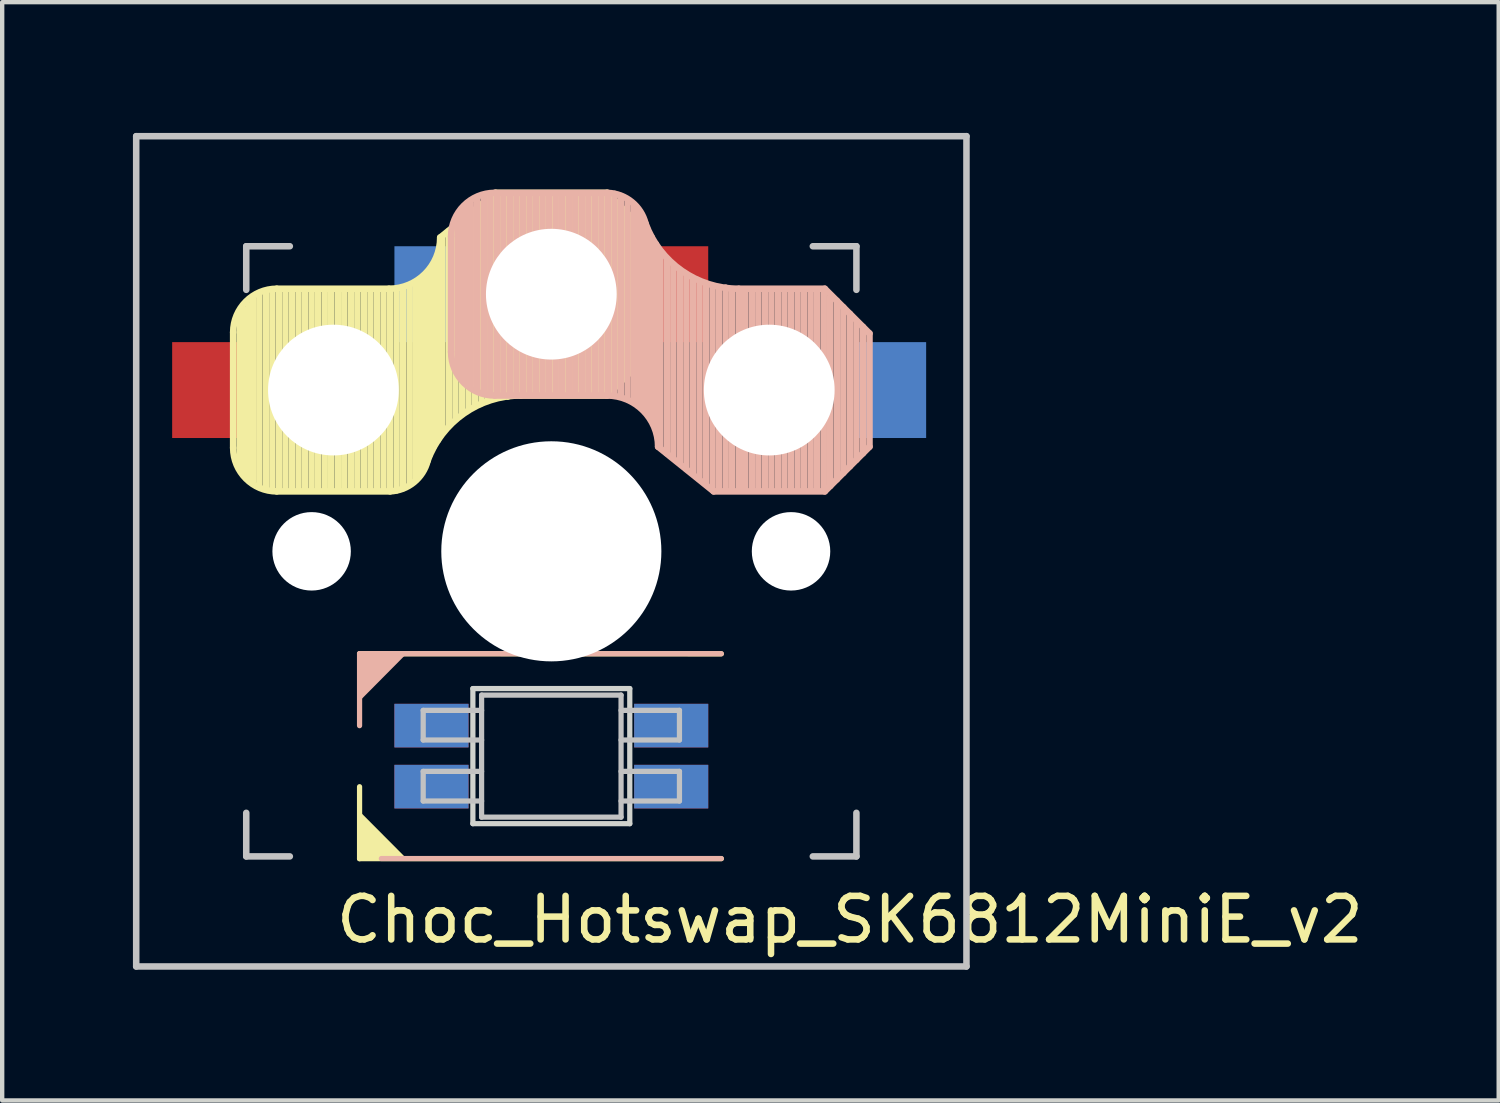
<source format=kicad_pcb>
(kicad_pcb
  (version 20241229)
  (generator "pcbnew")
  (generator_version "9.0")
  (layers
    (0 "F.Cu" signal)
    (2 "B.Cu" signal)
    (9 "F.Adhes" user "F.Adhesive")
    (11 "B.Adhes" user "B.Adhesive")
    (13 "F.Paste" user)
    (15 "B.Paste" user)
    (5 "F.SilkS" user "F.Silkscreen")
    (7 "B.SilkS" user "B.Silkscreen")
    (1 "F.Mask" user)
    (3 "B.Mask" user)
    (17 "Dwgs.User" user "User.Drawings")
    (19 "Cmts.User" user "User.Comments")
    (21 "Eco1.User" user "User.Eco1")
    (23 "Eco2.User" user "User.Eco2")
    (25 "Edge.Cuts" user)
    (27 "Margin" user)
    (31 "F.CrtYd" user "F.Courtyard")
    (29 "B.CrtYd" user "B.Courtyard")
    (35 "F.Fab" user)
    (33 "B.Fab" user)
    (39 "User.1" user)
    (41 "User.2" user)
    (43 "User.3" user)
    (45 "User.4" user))
  (footprint "Choc_Hotswap_SK6812MiniE_v2"
    (layer "F.Cu")
    (at 9.6 9.6)
    (property "Reference" "Choc_Hotswap_SK6812MiniE_v2" (at 6.85 8.45 180) (layer "F.SilkS") (effects (font (size 1 1) (thickness 0.15))))
    (attr through_hole)
    (fp_line (start -7.3 -5.025) (end -7.3 -2.375) (stroke (width 0.15) (type solid)) (layer "F.SilkS"))
    (fp_line (start -7.15 -1.95) (end -7.15 -5.5) (stroke (width 0.15) (type solid)) (layer "F.SilkS"))
    (fp_line (start -7.05 -1.8) (end -7.05 -5.55) (stroke (width 0.15) (type solid)) (layer "F.SilkS"))
    (fp_line (start -6.95 -1.7) (end -6.95 -5.65) (stroke (width 0.15) (type solid)) (layer "F.SilkS"))
    (fp_line (start -6.85 -1.6) (end -6.85 -5.8) (stroke (width 0.15) (type solid)) (layer "F.SilkS"))
    (fp_line (start -6.7 -1.5) (end -6.7 -5.9) (stroke (width 0.15) (type solid)) (layer "F.SilkS"))
    (fp_line (start -6.55 -1.45) (end -6.55 -5.95) (stroke (width 0.15) (type solid)) (layer "F.SilkS"))
    (fp_line (start -6.4 -1.4) (end -6.4 -5.95) (stroke (width 0.15) (type solid)) (layer "F.SilkS"))
    (fp_line (start -6.3 -6.025) (end -3.725 -6.025) (stroke (width 0.15) (type solid)) (layer "F.SilkS"))
    (fp_line (start -6.3 -1.375) (end -3.7 -1.375) (stroke (width 0.15) (type solid)) (layer "F.SilkS"))
    (fp_line (start -6.25 -1.4) (end -6.25 -6) (stroke (width 0.15) (type solid)) (layer "F.SilkS"))
    (fp_line (start -6.1 -1.4) (end -6.1 -6) (stroke (width 0.15) (type solid)) (layer "F.SilkS"))
    (fp_line (start -5.95 -1.4) (end -5.95 -6) (stroke (width 0.15) (type solid)) (layer "F.SilkS"))
    (fp_line (start -5.8 -1.4) (end -5.8 -6) (stroke (width 0.15) (type solid)) (layer "F.SilkS"))
    (fp_line (start -5.65 -1.4) (end -5.65 -6) (stroke (width 0.15) (type solid)) (layer "F.SilkS"))
    (fp_line (start -5.5 -1.4) (end -5.5 -6) (stroke (width 0.15) (type solid)) (layer "F.SilkS"))
    (fp_line (start -5.35 -1.4) (end -5.35 -6) (stroke (width 0.15) (type solid)) (layer "F.SilkS"))
    (fp_line (start -5.2 -1.4) (end -5.2 -6) (stroke (width 0.15) (type solid)) (layer "F.SilkS"))
    (fp_line (start -5.05 -1.4) (end -5.05 -6) (stroke (width 0.15) (type solid)) (layer "F.SilkS"))
    (fp_line (start -4.9 -1.4) (end -4.9 -6) (stroke (width 0.15) (type solid)) (layer "F.SilkS"))
    (fp_line (start -4.75 -1.4) (end -4.75 -6) (stroke (width 0.15) (type solid)) (layer "F.SilkS"))
    (fp_line (start -4.6 -1.4) (end -4.6 -6) (stroke (width 0.15) (type solid)) (layer "F.SilkS"))
    (fp_line (start -4.45 -1.4) (end -4.45 -6) (stroke (width 0.15) (type solid)) (layer "F.SilkS"))
    (fp_line (start -4.4 2.349) (end 3.9 2.352) (stroke (width 0.12) (type solid)) (layer "F.SilkS"))
    (fp_line (start -4.4 7.052) (end -4.4 5.401) (stroke (width 0.12) (type solid)) (layer "F.SilkS"))
    (fp_line (start -4.3 -1.4) (end -4.3 -6) (stroke (width 0.15) (type solid)) (layer "F.SilkS"))
    (fp_line (start -4.15 -1.4) (end -4.15 -6) (stroke (width 0.15) (type solid)) (layer "F.SilkS"))
    (fp_line (start -4 -1.4) (end -4 -6) (stroke (width 0.15) (type solid)) (layer "F.SilkS"))
    (fp_line (start -3.85 -1.4) (end -3.85 -5.95) (stroke (width 0.15) (type solid)) (layer "F.SilkS"))
    (fp_line (start -3.7 -1.4) (end -3.7 -6) (stroke (width 0.15) (type solid)) (layer "F.SilkS"))
    (fp_line (start -3.55 -1.4) (end -3.55 -6) (stroke (width 0.15) (type solid)) (layer "F.SilkS"))
    (fp_line (start -3.4 -1.45) (end -3.4 -6) (stroke (width 0.15) (type solid)) (layer "F.SilkS"))
    (fp_line (start -3.25 -1.55) (end -3.25 -6.1) (stroke (width 0.15) (type solid)) (layer "F.SilkS"))
    (fp_line (start -3.1 -1.65) (end -3.1 -6.15) (stroke (width 0.15) (type solid)) (layer "F.SilkS"))
    (fp_line (start -3 -1.8) (end -3 -6.2) (stroke (width 0.15) (type solid)) (layer "F.SilkS"))
    (fp_line (start -2.9 -2.05) (end -2.9 -6.25) (stroke (width 0.15) (type solid)) (layer "F.SilkS"))
    (fp_line (start -2.8 -2.2) (end -2.8 -6.35) (stroke (width 0.15) (type solid)) (layer "F.SilkS"))
    (fp_line (start -2.7 -2.4) (end -2.7 -6.55) (stroke (width 0.15) (type solid)) (layer "F.SilkS"))
    (fp_line (start -2.6 -2.55) (end -2.6 -6.7) (stroke (width 0.15) (type solid)) (layer "F.SilkS"))
    (fp_line (start -2.5 -2.75) (end -2.5 -7.2) (stroke (width 0.15) (type solid)) (layer "F.SilkS"))
    (fp_line (start -2.35 -2.9) (end -2.35 -7.35) (stroke (width 0.15) (type solid)) (layer "F.SilkS"))
    (fp_line (start -2.2 -3.05) (end -2.2 -7.45) (stroke (width 0.15) (type solid)) (layer "F.SilkS"))
    (fp_line (start -2.05 -3.15) (end -2.05 -7.55) (stroke (width 0.15) (type solid)) (layer "F.SilkS"))
    (fp_line (start -1.9 -3.25) (end -1.9 -7.7) (stroke (width 0.15) (type solid)) (layer "F.SilkS"))
    (fp_line (start -1.75 -3.35) (end -1.75 -7.8) (stroke (width 0.15) (type solid)) (layer "F.SilkS"))
    (fp_line (start -1.6 -3.4) (end -1.6 -7.95) (stroke (width 0.15) (type solid)) (layer "F.SilkS"))
    (fp_line (start -1.45 -3.5) (end -1.45 -8.05) (stroke (width 0.15) (type solid)) (layer "F.SilkS"))
    (fp_line (start -1.3 -3.55) (end -1.3 -8.15) (stroke (width 0.15) (type solid)) (layer "F.SilkS"))
    (fp_line (start -1.275 -8.225) (end -2.55 -7.2) (stroke (width 0.15) (type solid)) (layer "F.SilkS"))
    (fp_line (start -1.275 -8.225) (end 1.275 -8.225) (stroke (width 0.15) (type solid)) (layer "F.SilkS"))
    (fp_line (start -1.15 -3.55) (end -1.15 -8.2) (stroke (width 0.15) (type solid)) (layer "F.SilkS"))
    (fp_line (start -1 -3.55) (end -1 -8.2) (stroke (width 0.15) (type solid)) (layer "F.SilkS"))
    (fp_line (start -0.85 -3.6) (end -0.85 -8.15) (stroke (width 0.15) (type solid)) (layer "F.SilkS"))
    (fp_line (start -0.7 -3.6) (end -0.7 -8.2) (stroke (width 0.15) (type solid)) (layer "F.SilkS"))
    (fp_line (start -0.7 -3.575) (end 1.275 -3.575) (stroke (width 0.15) (type solid)) (layer "F.SilkS"))
    (fp_line (start -0.55 -3.6) (end -0.55 -8.2) (stroke (width 0.15) (type solid)) (layer "F.SilkS"))
    (fp_line (start -0.4 -3.6) (end -0.4 -8.2) (stroke (width 0.15) (type solid)) (layer "F.SilkS"))
    (fp_line (start -0.25 -3.6) (end -0.25 -8.2) (stroke (width 0.15) (type solid)) (layer "F.SilkS"))
    (fp_line (start -0.1 -3.6) (end -0.1 -8.2) (stroke (width 0.15) (type solid)) (layer "F.SilkS"))
    (fp_line (start 0.05 -3.6) (end 0.05 -8.2) (stroke (width 0.15) (type solid)) (layer "F.SilkS"))
    (fp_line (start 0.2 -3.6) (end 0.2 -8.2) (stroke (width 0.15) (type solid)) (layer "F.SilkS"))
    (fp_line (start 0.35 -3.6) (end 0.35 -8.2) (stroke (width 0.15) (type solid)) (layer "F.SilkS"))
    (fp_line (start 0.5 -3.6) (end 0.5 -8.2) (stroke (width 0.15) (type solid)) (layer "F.SilkS"))
    (fp_line (start 0.65 -3.6) (end 0.65 -8.2) (stroke (width 0.15) (type solid)) (layer "F.SilkS"))
    (fp_line (start 0.8 -3.6) (end 0.8 -8.2) (stroke (width 0.15) (type solid)) (layer "F.SilkS"))
    (fp_line (start 0.95 -3.6) (end 0.95 -8.2) (stroke (width 0.15) (type solid)) (layer "F.SilkS"))
    (fp_line (start 1.1 -3.6) (end 1.1 -8.2) (stroke (width 0.15) (type solid)) (layer "F.SilkS"))
    (fp_line (start 1.25 -3.6) (end 1.25 -8.2) (stroke (width 0.15) (type solid)) (layer "F.SilkS"))
    (fp_line (start 1.4 -3.75) (end 1.4 -8.1) (stroke (width 0.15) (type solid)) (layer "F.SilkS"))
    (fp_line (start 1.55 -3.85) (end 1.55 -7.95) (stroke (width 0.15) (type solid)) (layer "F.SilkS"))
    (fp_line (start 1.7 -4) (end 1.7 -7.8) (stroke (width 0.15) (type solid)) (layer "F.SilkS"))
    (fp_line (start 1.85 -4.15) (end 1.85 -7.65) (stroke (width 0.15) (type solid)) (layer "F.SilkS"))
    (fp_line (start 2 -4.35) (end 2 -7.5) (stroke (width 0.15) (type solid)) (layer "F.SilkS"))
    (fp_line (start 2.15 -4.45) (end 2.15 -7.35) (stroke (width 0.15) (type solid)) (layer "F.SilkS"))
    (fp_line (start 2.3 -7.2) (end 1.275 -8.225) (stroke (width 0.15) (type solid)) (layer "F.SilkS"))
    (fp_line (start 2.3 -7.2) (end 2.3 -4.6) (stroke (width 0.15) (type solid)) (layer "F.SilkS"))
    (fp_line (start 2.3 -4.6) (end 1.275 -3.575) (stroke (width 0.15) (type solid)) (layer "F.SilkS"))
    (fp_line (start 3.9 7.052) (end -4.4 7.052) (stroke (width 0.12) (type solid)) (layer "F.SilkS"))
    (fp_arc (start -7.3 -5.025) (mid -7.007107 -5.732107) (end -6.3 -6.025) (stroke (width 0.15) (type solid)) (layer "F.SilkS"))
    (fp_arc (start -6.3 -1.375) (mid -7.007107 -1.667893) (end -7.3 -2.375) (stroke (width 0.15) (type solid)) (layer "F.SilkS"))
    (fp_arc (start -2.837801 -2.078096) (mid -3.151716 -1.583979) (end -3.699005 -1.376209) (stroke (width 0.15) (type solid)) (layer "F.SilkS"))
    (fp_arc (start -2.837801 -2.078096) (mid -2.004887 -3.163571) (end -0.7 -3.575) (stroke (width 0.15) (type solid)) (layer "F.SilkS"))
    (fp_arc (start -2.55 -7.2) (mid -2.89415 -6.36915) (end -3.725 -6.025) (stroke (width 0.15) (type solid)) (layer "F.SilkS"))
    (fp_poly (pts (xy -3.392 7.049) (xy -4.4 7.052) (xy -4.4 6.036)) (stroke (width 0.1) (type solid)) (fill yes) (layer "F.SilkS"))
    (fp_line (start -4.4 2.349) (end -4.4 4) (stroke (width 0.12) (type solid)) (layer "B.SilkS"))
    (fp_line (start -3.9 7.049) (end 3.9 7.049) (stroke (width 0.12) (type solid)) (layer "B.SilkS"))
    (fp_line (start -2.3 -4.575) (end -2.3 -7.225) (stroke (width 0.15) (type solid)) (layer "B.SilkS"))
    (fp_line (start -2.15 -7.65) (end -2.15 -4.1) (stroke (width 0.15) (type solid)) (layer "B.SilkS"))
    (fp_line (start -2.05 -7.8) (end -2.05 -4.05) (stroke (width 0.15) (type solid)) (layer "B.SilkS"))
    (fp_line (start -1.95 -7.9) (end -1.95 -3.95) (stroke (width 0.15) (type solid)) (layer "B.SilkS"))
    (fp_line (start -1.85 -8) (end -1.85 -3.8) (stroke (width 0.15) (type solid)) (layer "B.SilkS"))
    (fp_line (start -1.7 -8.1) (end -1.7 -3.7) (stroke (width 0.15) (type solid)) (layer "B.SilkS"))
    (fp_line (start -1.55 -8.15) (end -1.55 -3.65) (stroke (width 0.15) (type solid)) (layer "B.SilkS"))
    (fp_line (start -1.4 -8.2) (end -1.4 -3.65) (stroke (width 0.15) (type solid)) (layer "B.SilkS"))
    (fp_line (start -1.3 -8.225) (end 1.3 -8.225) (stroke (width 0.15) (type solid)) (layer "B.SilkS"))
    (fp_line (start -1.3 -3.575) (end 1.275 -3.575) (stroke (width 0.15) (type solid)) (layer "B.SilkS"))
    (fp_line (start -1.25 -8.2) (end -1.25 -3.6) (stroke (width 0.15) (type solid)) (layer "B.SilkS"))
    (fp_line (start -1.1 -8.2) (end -1.1 -3.6) (stroke (width 0.15) (type solid)) (layer "B.SilkS"))
    (fp_line (start -0.95 -8.2) (end -0.95 -3.6) (stroke (width 0.15) (type solid)) (layer "B.SilkS"))
    (fp_line (start -0.8 -8.2) (end -0.8 -3.6) (stroke (width 0.15) (type solid)) (layer "B.SilkS"))
    (fp_line (start -0.65 -8.2) (end -0.65 -3.6) (stroke (width 0.15) (type solid)) (layer "B.SilkS"))
    (fp_line (start -0.5 -8.2) (end -0.5 -3.6) (stroke (width 0.15) (type solid)) (layer "B.SilkS"))
    (fp_line (start -0.35 -8.2) (end -0.35 -3.6) (stroke (width 0.15) (type solid)) (layer "B.SilkS"))
    (fp_line (start -0.2 -8.2) (end -0.2 -3.6) (stroke (width 0.15) (type solid)) (layer "B.SilkS"))
    (fp_line (start -0.05 -8.2) (end -0.05 -3.6) (stroke (width 0.15) (type solid)) (layer "B.SilkS"))
    (fp_line (start 0.1 -8.2) (end 0.1 -3.6) (stroke (width 0.15) (type solid)) (layer "B.SilkS"))
    (fp_line (start 0.25 -8.2) (end 0.25 -3.6) (stroke (width 0.15) (type solid)) (layer "B.SilkS"))
    (fp_line (start 0.4 -8.2) (end 0.4 -3.6) (stroke (width 0.15) (type solid)) (layer "B.SilkS"))
    (fp_line (start 0.55 -8.2) (end 0.55 -3.6) (stroke (width 0.15) (type solid)) (layer "B.SilkS"))
    (fp_line (start 0.7 -8.2) (end 0.7 -3.6) (stroke (width 0.15) (type solid)) (layer "B.SilkS"))
    (fp_line (start 0.85 -8.2) (end 0.85 -3.6) (stroke (width 0.15) (type solid)) (layer "B.SilkS"))
    (fp_line (start 1 -8.2) (end 1 -3.6) (stroke (width 0.15) (type solid)) (layer "B.SilkS"))
    (fp_line (start 1.15 -8.2) (end 1.15 -3.65) (stroke (width 0.15) (type solid)) (layer "B.SilkS"))
    (fp_line (start 1.3 -8.2) (end 1.3 -3.6) (stroke (width 0.15) (type solid)) (layer "B.SilkS"))
    (fp_line (start 1.45 -8.2) (end 1.45 -3.6) (stroke (width 0.15) (type solid)) (layer "B.SilkS"))
    (fp_line (start 1.6 -8.15) (end 1.6 -3.6) (stroke (width 0.15) (type solid)) (layer "B.SilkS"))
    (fp_line (start 1.75 -8.05) (end 1.75 -3.5) (stroke (width 0.15) (type solid)) (layer "B.SilkS"))
    (fp_line (start 1.9 -7.95) (end 1.9 -3.45) (stroke (width 0.15) (type solid)) (layer "B.SilkS"))
    (fp_line (start 2 -7.8) (end 2 -3.4) (stroke (width 0.15) (type solid)) (layer "B.SilkS"))
    (fp_line (start 2.1 -7.55) (end 2.1 -3.35) (stroke (width 0.15) (type solid)) (layer "B.SilkS"))
    (fp_line (start 2.2 -7.4) (end 2.2 -3.25) (stroke (width 0.15) (type solid)) (layer "B.SilkS"))
    (fp_line (start 2.3 -7.2) (end 2.3 -3.05) (stroke (width 0.15) (type solid)) (layer "B.SilkS"))
    (fp_line (start 2.4 -7.05) (end 2.4 -2.9) (stroke (width 0.15) (type solid)) (layer "B.SilkS"))
    (fp_line (start 2.5 -6.85) (end 2.5 -2.4) (stroke (width 0.15) (type solid)) (layer "B.SilkS"))
    (fp_line (start 2.65 -6.7) (end 2.65 -2.25) (stroke (width 0.15) (type solid)) (layer "B.SilkS"))
    (fp_line (start 2.8 -6.55) (end 2.8 -2.15) (stroke (width 0.15) (type solid)) (layer "B.SilkS"))
    (fp_line (start 2.95 -6.45) (end 2.95 -2.05) (stroke (width 0.15) (type solid)) (layer "B.SilkS"))
    (fp_line (start 3.1 -6.35) (end 3.1 -1.9) (stroke (width 0.15) (type solid)) (layer "B.SilkS"))
    (fp_line (start 3.25 -6.25) (end 3.25 -1.8) (stroke (width 0.15) (type solid)) (layer "B.SilkS"))
    (fp_line (start 3.4 -6.2) (end 3.4 -1.65) (stroke (width 0.15) (type solid)) (layer "B.SilkS"))
    (fp_line (start 3.55 -6.1) (end 3.55 -1.55) (stroke (width 0.15) (type solid)) (layer "B.SilkS"))
    (fp_line (start 3.7 -6.05) (end 3.7 -1.45) (stroke (width 0.15) (type solid)) (layer "B.SilkS"))
    (fp_line (start 3.725 -1.375) (end 2.45 -2.4) (stroke (width 0.15) (type solid)) (layer "B.SilkS"))
    (fp_line (start 3.725 -1.375) (end 6.275 -1.375) (stroke (width 0.15) (type solid)) (layer "B.SilkS"))
    (fp_line (start 3.85 -6.05) (end 3.85 -1.4) (stroke (width 0.15) (type solid)) (layer "B.SilkS"))
    (fp_line (start 3.9 2.349) (end -4.4 2.349) (stroke (width 0.12) (type solid)) (layer "B.SilkS"))
    (fp_line (start 4 -6.05) (end 4 -1.4) (stroke (width 0.15) (type solid)) (layer "B.SilkS"))
    (fp_line (start 4.15 -6) (end 4.15 -1.45) (stroke (width 0.15) (type solid)) (layer "B.SilkS"))
    (fp_line (start 4.3 -6.025) (end 6.275 -6.025) (stroke (width 0.15) (type solid)) (layer "B.SilkS"))
    (fp_line (start 4.3 -6) (end 4.3 -1.4) (stroke (width 0.15) (type solid)) (layer "B.SilkS"))
    (fp_line (start 4.45 -6) (end 4.45 -1.4) (stroke (width 0.15) (type solid)) (layer "B.SilkS"))
    (fp_line (start 4.6 -6) (end 4.6 -1.4) (stroke (width 0.15) (type solid)) (layer "B.SilkS"))
    (fp_line (start 4.75 -6) (end 4.75 -1.4) (stroke (width 0.15) (type solid)) (layer "B.SilkS"))
    (fp_line (start 4.9 -6) (end 4.9 -1.4) (stroke (width 0.15) (type solid)) (layer "B.SilkS"))
    (fp_line (start 5.05 -6) (end 5.05 -1.4) (stroke (width 0.15) (type solid)) (layer "B.SilkS"))
    (fp_line (start 5.2 -6) (end 5.2 -1.4) (stroke (width 0.15) (type solid)) (layer "B.SilkS"))
    (fp_line (start 5.35 -6) (end 5.35 -1.4) (stroke (width 0.15) (type solid)) (layer "B.SilkS"))
    (fp_line (start 5.5 -6) (end 5.5 -1.4) (stroke (width 0.15) (type solid)) (layer "B.SilkS"))
    (fp_line (start 5.65 -6) (end 5.65 -1.4) (stroke (width 0.15) (type solid)) (layer "B.SilkS"))
    (fp_line (start 5.8 -6) (end 5.8 -1.4) (stroke (width 0.15) (type solid)) (layer "B.SilkS"))
    (fp_line (start 5.95 -6) (end 5.95 -1.4) (stroke (width 0.15) (type solid)) (layer "B.SilkS"))
    (fp_line (start 6.1 -6) (end 6.1 -1.4) (stroke (width 0.15) (type solid)) (layer "B.SilkS"))
    (fp_line (start 6.25 -6) (end 6.25 -1.4) (stroke (width 0.15) (type solid)) (layer "B.SilkS"))
    (fp_line (start 6.4 -5.85) (end 6.4 -1.5) (stroke (width 0.15) (type solid)) (layer "B.SilkS"))
    (fp_line (start 6.55 -5.75) (end 6.55 -1.65) (stroke (width 0.15) (type solid)) (layer "B.SilkS"))
    (fp_line (start 6.7 -5.6) (end 6.7 -1.8) (stroke (width 0.15) (type solid)) (layer "B.SilkS"))
    (fp_line (start 6.85 -5.45) (end 6.85 -1.95) (stroke (width 0.15) (type solid)) (layer "B.SilkS"))
    (fp_line (start 7 -5.25) (end 7 -2.1) (stroke (width 0.15) (type solid)) (layer "B.SilkS"))
    (fp_line (start 7.15 -5.15) (end 7.15 -2.25) (stroke (width 0.15) (type solid)) (layer "B.SilkS"))
    (fp_line (start 7.3 -5) (end 6.275 -6.025) (stroke (width 0.15) (type solid)) (layer "B.SilkS"))
    (fp_line (start 7.3 -2.4) (end 6.275 -1.375) (stroke (width 0.15) (type solid)) (layer "B.SilkS"))
    (fp_line (start 7.3 -2.4) (end 7.3 -5) (stroke (width 0.15) (type solid)) (layer "B.SilkS"))
    (fp_arc (start -2.3 -7.225) (mid -2.007107 -7.932107) (end -1.3 -8.225) (stroke (width 0.15) (type solid)) (layer "B.SilkS"))
    (fp_arc (start -1.3 -3.575) (mid -2.007107 -3.867893) (end -2.3 -4.575) (stroke (width 0.15) (type solid)) (layer "B.SilkS"))
    (fp_arc (start 1.275 -3.575) (mid 2.10585 -3.23085) (end 2.45 -2.4) (stroke (width 0.15) (type solid)) (layer "B.SilkS"))
    (fp_arc (start 1.300995 -8.223791) (mid 1.848284 -8.016021) (end 2.162199 -7.521904) (stroke (width 0.15) (type solid)) (layer "B.SilkS"))
    (fp_arc (start 4.3 -6.025) (mid 2.995114 -6.436429) (end 2.162199 -7.521904) (stroke (width 0.15) (type solid)) (layer "B.SilkS"))
    (fp_poly (pts (xy -4.4 3.365) (xy -4.4 2.349) (xy -3.392 2.349)) (stroke (width 0.1) (type solid)) (fill yes) (layer "B.SilkS"))
    (fp_line (start -9.525 -9.525) (end 9.525 -9.525) (stroke (width 0.15) (type solid)) (layer "Dwgs.User"))
    (fp_line (start -9.525 9.525) (end -9.525 -9.525) (stroke (width 0.15) (type solid)) (layer "Dwgs.User"))
    (fp_line (start -7 -7) (end -7 -6) (stroke (width 0.15) (type solid)) (layer "Dwgs.User"))
    (fp_line (start -7 6) (end -7 7) (stroke (width 0.15) (type solid)) (layer "Dwgs.User"))
    (fp_line (start -7 7) (end -6 7) (stroke (width 0.15) (type solid)) (layer "Dwgs.User"))
    (fp_line (start -6 -7) (end -7 -7) (stroke (width 0.15) (type solid)) (layer "Dwgs.User"))
    (fp_line (start -2.94 3.649) (end -2.94 4.329) (stroke (width 0.12) (type solid)) (layer "Dwgs.User"))
    (fp_line (start -2.94 4.329) (end -1.6 4.329) (stroke (width 0.12) (type solid)) (layer "Dwgs.User"))
    (fp_line (start -2.94 5.049) (end -2.94 5.729) (stroke (width 0.12) (type solid)) (layer "Dwgs.User"))
    (fp_line (start -2.94 5.729) (end -1.6 5.729) (stroke (width 0.12) (type solid)) (layer "Dwgs.User"))
    (fp_line (start -1.6 3.299) (end -1.6 6.099) (stroke (width 0.12) (type solid)) (layer "Dwgs.User"))
    (fp_line (start -1.6 3.299) (end 1.6 3.299) (stroke (width 0.12) (type solid)) (layer "Dwgs.User"))
    (fp_line (start -1.6 3.649) (end -2.94 3.649) (stroke (width 0.12) (type solid)) (layer "Dwgs.User"))
    (fp_line (start -1.6 5.049) (end -2.94 5.049) (stroke (width 0.12) (type solid)) (layer "Dwgs.User"))
    (fp_line (start -1.6 6.099) (end 1.6 6.099) (stroke (width 0.12) (type solid)) (layer "Dwgs.User"))
    (fp_line (start 1.6 3.299) (end 1.6 6.099) (stroke (width 0.12) (type solid)) (layer "Dwgs.User"))
    (fp_line (start 1.6 4.329) (end 2.94 4.329) (stroke (width 0.12) (type solid)) (layer "Dwgs.User"))
    (fp_line (start 1.6 5.729) (end 2.94 5.729) (stroke (width 0.12) (type solid)) (layer "Dwgs.User"))
    (fp_line (start 2.94 3.649) (end 1.6 3.649) (stroke (width 0.12) (type solid)) (layer "Dwgs.User"))
    (fp_line (start 2.94 4.329) (end 2.94 3.649) (stroke (width 0.12) (type solid)) (layer "Dwgs.User"))
    (fp_line (start 2.94 5.049) (end 1.6 5.049) (stroke (width 0.12) (type solid)) (layer "Dwgs.User"))
    (fp_line (start 2.94 5.729) (end 2.94 5.049) (stroke (width 0.12) (type solid)) (layer "Dwgs.User"))
    (fp_line (start 6 -7) (end 7 -7) (stroke (width 0.15) (type solid)) (layer "Dwgs.User"))
    (fp_line (start 7 -7) (end 7 -6) (stroke (width 0.15) (type solid)) (layer "Dwgs.User"))
    (fp_line (start 7 6) (end 7 7) (stroke (width 0.15) (type solid)) (layer "Dwgs.User"))
    (fp_line (start 7 7) (end 6 7) (stroke (width 0.15) (type solid)) (layer "Dwgs.User"))
    (fp_line (start 9.525 -9.525) (end 9.525 9.525) (stroke (width 0.15) (type solid)) (layer "Dwgs.User"))
    (fp_line (start 9.525 9.525) (end -9.525 9.525) (stroke (width 0.15) (type solid)) (layer "Dwgs.User"))
    (fp_line (start -1.8 3.149) (end -1.8 6.249) (stroke (width 0.12) (type solid)) (layer "Edge.Cuts"))
    (fp_line (start -1.8 6.249) (end 1.8 6.249) (stroke (width 0.12) (type solid)) (layer "Edge.Cuts"))
    (fp_line (start 1.8 3.149) (end -1.8 3.149) (stroke (width 0.12) (type solid)) (layer "Edge.Cuts"))
    (fp_line (start 1.8 6.249) (end 1.8 3.149) (stroke (width 0.12) (type solid)) (layer "Edge.Cuts"))
    (pad "" np_thru_hole circle (at -5.5 0 270) (size 1.8 1.8) (drill 1.8) (layers "*.Cu" "*.Mask"))
    (pad "" np_thru_hole circle (at -5 -3.7 90) (size 3 3) (drill 3) (layers "*.Cu" "*.Mask"))
    (pad "" np_thru_hole circle (at 0 -5.9 270) (size 3 3) (drill 3) (layers "*.Cu" "*.Mask"))
    (pad "" np_thru_hole circle (at 0 0 270) (size 5.05 5.05) (drill 5.05) (layers "*.Cu" "*.Mask"))
    (pad "" np_thru_hole circle (at 5 -3.7 270) (size 3 3) (drill 3) (layers "*.Cu" "*.Mask"))
    (pad "" np_thru_hole circle (at 5.5 0 270) (size 1.8 1.8) (drill 1.8) (layers "*.Cu" "*.Mask"))
    (pad "1" smd rect (at 2.75 3.999) (size 1.7 1) (layers "F.Cu" "F.Mask" "F.Paste"))
    (pad "1" smd rect (at 2.75 5.399) (size 1.7 1) (layers "B.Cu" "B.Mask" "B.Paste"))
    (pad "2" smd rect (at 2.75 3.999) (size 1.7 1) (layers "B.Cu" "B.Mask" "B.Paste"))
    (pad "2" smd rect (at 2.75 5.399) (size 1.7 1) (layers "F.Cu" "F.Mask" "F.Paste"))
    (pad "3" smd rect (at -2.75 3.999) (size 1.7 1) (layers "B.Cu" "B.Mask" "B.Paste"))
    (pad "3" smd rect (at -2.75 5.399) (size 1.7 1) (layers "F.Cu" "F.Mask" "F.Paste"))
    (pad "4" smd rect (at -2.75 3.999) (size 1.7 1) (layers "F.Cu" "F.Mask" "F.Paste"))
    (pad "4" smd rect (at -2.75 5.399) (size 1.7 1) (layers "B.Cu" "B.Mask" "B.Paste"))
    (pad "5" smd rect (at -2.8 -5.9) (size 1.6 2.2) (layers "B.Cu" "B.Mask" "B.Paste"))
    (pad "5" smd rect (at 2.8 -5.9) (size 1.6 2.2) (layers "F.Cu" "F.Mask" "F.Paste"))
    (pad "6" smd rect (at -7.9 -3.7) (size 1.6 2.2) (layers "F.Cu" "F.Mask" "F.Paste"))
    (pad "6" smd rect (at 7.8 -3.7) (size 1.6 2.2) (layers "B.Cu" "B.Mask" "B.Paste")))
  (gr_rect
    (start -3 -3)
    (end 31.337 22.2)
    (stroke (width 0.1) (type default))
    (fill no)
    (layer "Edge.Cuts")))
</source>
